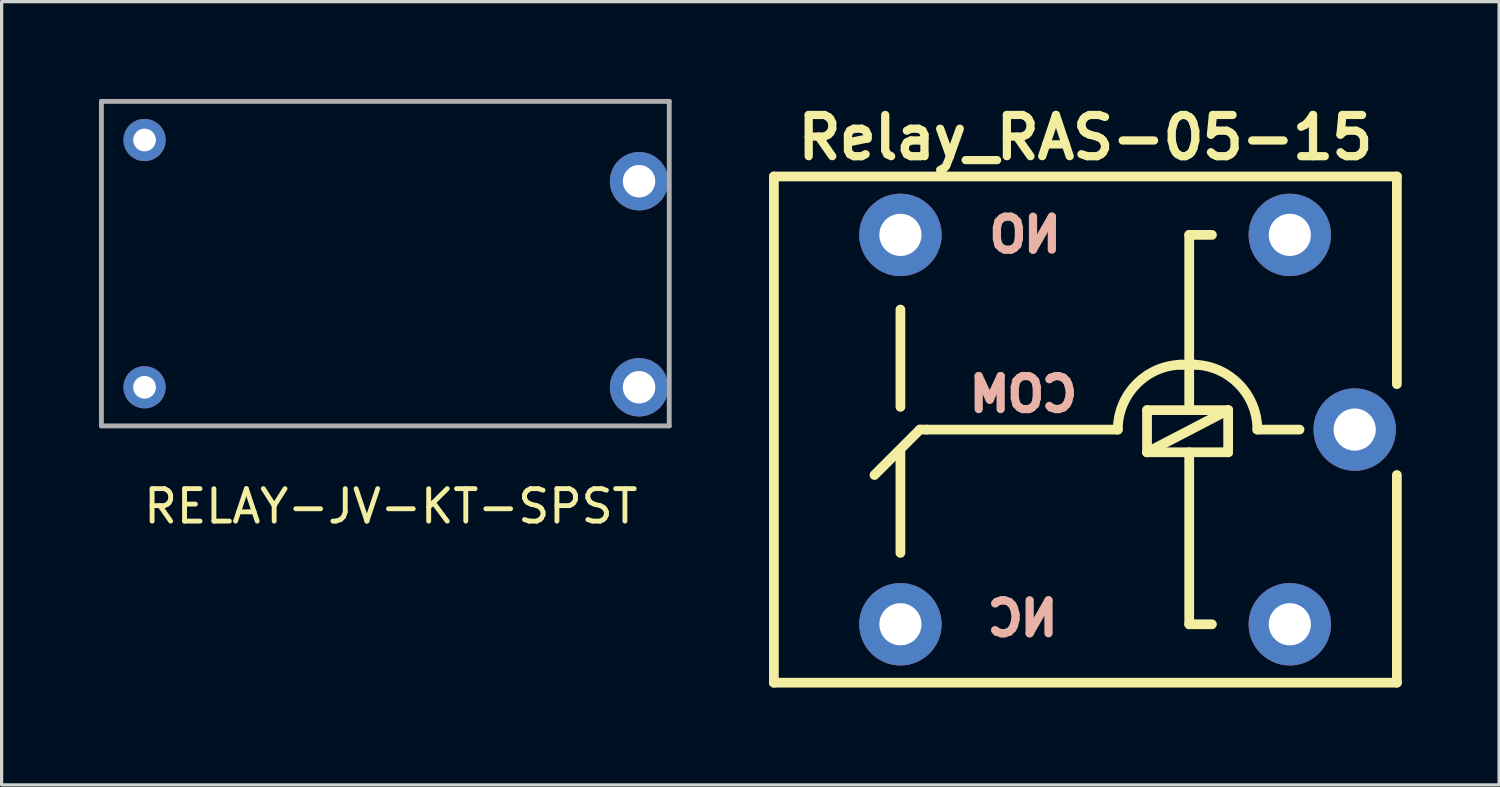
<source format=kicad_pcb>
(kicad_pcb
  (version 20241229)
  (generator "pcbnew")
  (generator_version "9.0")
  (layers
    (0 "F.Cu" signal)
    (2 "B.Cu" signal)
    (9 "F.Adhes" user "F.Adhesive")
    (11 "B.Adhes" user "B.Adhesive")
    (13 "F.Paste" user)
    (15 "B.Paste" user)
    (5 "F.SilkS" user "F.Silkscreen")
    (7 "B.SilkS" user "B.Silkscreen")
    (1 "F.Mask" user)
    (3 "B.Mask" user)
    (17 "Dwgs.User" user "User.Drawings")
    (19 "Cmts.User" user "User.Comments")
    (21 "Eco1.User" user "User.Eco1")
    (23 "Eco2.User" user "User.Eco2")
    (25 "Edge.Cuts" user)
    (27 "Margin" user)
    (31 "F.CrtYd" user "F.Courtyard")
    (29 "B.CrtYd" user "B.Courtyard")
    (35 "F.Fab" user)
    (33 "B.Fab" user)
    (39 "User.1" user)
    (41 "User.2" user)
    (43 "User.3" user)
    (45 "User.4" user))
  (footprint "Relay_RAS-05-15"
    (layer "F.Cu")
    (at 30.4 10.189)
    (property "Reference" "Relay_RAS-05-15" (at 0 -9 0) (layer "F.SilkS") (effects (font (size 1.27 1.27) (thickness 0.254))))
    (attr through_hole)
    (fp_line (start -9.6 -7.8) (end -9.6 7.8) (stroke (width 0.3) (type solid)) (layer "F.SilkS"))
    (fp_line (start -9.6 7.8) (end 9.6 7.8) (stroke (width 0.3) (type solid)) (layer "F.SilkS"))
    (fp_line (start -5.7 -3.7) (end -5.7 -0.7) (stroke (width 0.3) (type solid)) (layer "F.SilkS"))
    (fp_line (start -5.7 3.8) (end -5.7 0.7) (stroke (width 0.3) (type solid)) (layer "F.SilkS"))
    (fp_line (start -5.1 0) (end -6.5 1.4) (stroke (width 0.3) (type solid)) (layer "F.SilkS"))
    (fp_line (start -4.9 0) (end -5.1 0) (stroke (width 0.3) (type solid)) (layer "F.SilkS"))
    (fp_line (start 1 0) (end -4.9 0) (stroke (width 0.3) (type solid)) (layer "F.SilkS"))
    (fp_line (start 1.9 -0.6) (end 1.9 0.7) (stroke (width 0.3) (type solid)) (layer "F.SilkS"))
    (fp_line (start 1.9 0.7) (end 4.4 -0.6) (stroke (width 0.3) (type solid)) (layer "F.SilkS"))
    (fp_line (start 1.9 0.7) (end 4.4 0.7) (stroke (width 0.3) (type solid)) (layer "F.SilkS"))
    (fp_line (start 2.9 -2) (end 3.4 -2) (stroke (width 0.3) (type solid)) (layer "F.SilkS"))
    (fp_line (start 3.2 -6) (end 3.2 -0.6) (stroke (width 0.3) (type solid)) (layer "F.SilkS"))
    (fp_line (start 3.2 6) (end 3.2 0.7) (stroke (width 0.3) (type solid)) (layer "F.SilkS"))
    (fp_line (start 3.9 -6) (end 3.2 -6) (stroke (width 0.3) (type solid)) (layer "F.SilkS"))
    (fp_line (start 3.9 6) (end 3.2 6) (stroke (width 0.3) (type solid)) (layer "F.SilkS"))
    (fp_line (start 4.4 -0.6) (end 1.9 -0.6) (stroke (width 0.3) (type solid)) (layer "F.SilkS"))
    (fp_line (start 4.4 0.7) (end 4.4 -0.6) (stroke (width 0.3) (type solid)) (layer "F.SilkS"))
    (fp_line (start 6.6 0) (end 5.3 0) (stroke (width 0.3) (type solid)) (layer "F.SilkS"))
    (fp_line (start 9.6 -7.8) (end -9.6 -7.8) (stroke (width 0.3) (type solid)) (layer "F.SilkS"))
    (fp_line (start 9.6 -7.8) (end 9.6 -1.4) (stroke (width 0.3) (type solid)) (layer "F.SilkS"))
    (fp_line (start 9.6 1.4) (end 9.6 7.8) (stroke (width 0.3) (type solid)) (layer "F.SilkS"))
    (fp_arc (start 1 0) (mid 1.585786 -1.414214) (end 3 -2) (stroke (width 0.3) (type solid)) (layer "F.SilkS"))
    (fp_arc (start 3.3 -2) (mid 4.714214 -1.414214) (end 5.3 0) (stroke (width 0.3) (type solid)) (layer "F.SilkS"))
    (fp_text user "NO" (at -1.856 -6.002 0) (layer "B.SilkS") (effects (font (size 1.016 1.016) (thickness 0.254)) (justify mirror)))
    (fp_text user "NC" (at -1.935 5.821 0) (layer "B.SilkS") (effects (font (size 1.016 1.016) (thickness 0.254)) (justify mirror)))
    (fp_text user "COM" (at -1.909 -1.089 0) (layer "B.SilkS") (effects (font (size 1.016 1.016) (thickness 0.254)) (justify mirror)))
    (pad "1" thru_hole circle (at 6.3 -6) (size 2.54 2.54) (drill 1.3) (layers "*.Cu" "*.Mask"))
    (pad "2" thru_hole circle (at 6.3 6) (size 2.54 2.54) (drill 1.3) (layers "*.Cu" "*.Mask"))
    (pad "COM0" thru_hole circle (at 8.3 0) (size 2.54 2.54) (drill 1.3) (layers "*.Cu" "*.Mask"))
    (pad "NC0" thru_hole circle (at -5.7 6) (size 2.54 2.54) (drill 1.3) (layers "*.Cu" "*.Mask"))
    (pad "NO0" thru_hole circle (at -5.7 -6) (size 2.54 2.54) (drill 1.3) (layers "*.Cu" "*.Mask")))
  (footprint "RELAY-JV-KT-SPST"
    (layer "F.Cu")
    (at 9.025 5.075)
    (property "Reference" "RELAY-JV-KT-SPST" (at -0.03 7.48 0) (layer "F.SilkS") (effects (font (size 1 1) (thickness 0.15))))
    (attr through_hole)
    (fp_line (start -8.95 -5) (end 8.55 -5) (stroke (width 0.15) (type solid)) (layer "F.Fab"))
    (fp_line (start -8.95 5) (end -8.95 -5) (stroke (width 0.15) (type solid)) (layer "F.Fab"))
    (fp_line (start 8.55 5) (end -8.95 5) (stroke (width 0.15) (type solid)) (layer "F.Fab"))
    (fp_line (start 8.55 5) (end 8.55 -5) (stroke (width 0.15) (type solid)) (layer "F.Fab"))
    (pad "1" thru_hole circle (at -7.62 3.81) (size 1.3 1.3) (drill 0.7) (layers "*.Cu" "*.Mask"))
    (pad "2" thru_hole circle (at -7.62 -3.81) (size 1.3 1.3) (drill 0.7) (layers "*.Cu" "*.Mask"))
    (pad "3" thru_hole circle (at 7.62 -2.54) (size 1.8 1.8) (drill 1) (layers "*.Cu" "*.Mask"))
    (pad "4" thru_hole circle (at 7.62 3.81) (size 1.8 1.8) (drill 1) (layers "*.Cu" "*.Mask")))
  (gr_rect
    (start -3 -3)
    (end 43.15 21.139)
    (stroke (width 0.1) (type default))
    (fill no)
    (layer "Edge.Cuts")))
</source>
